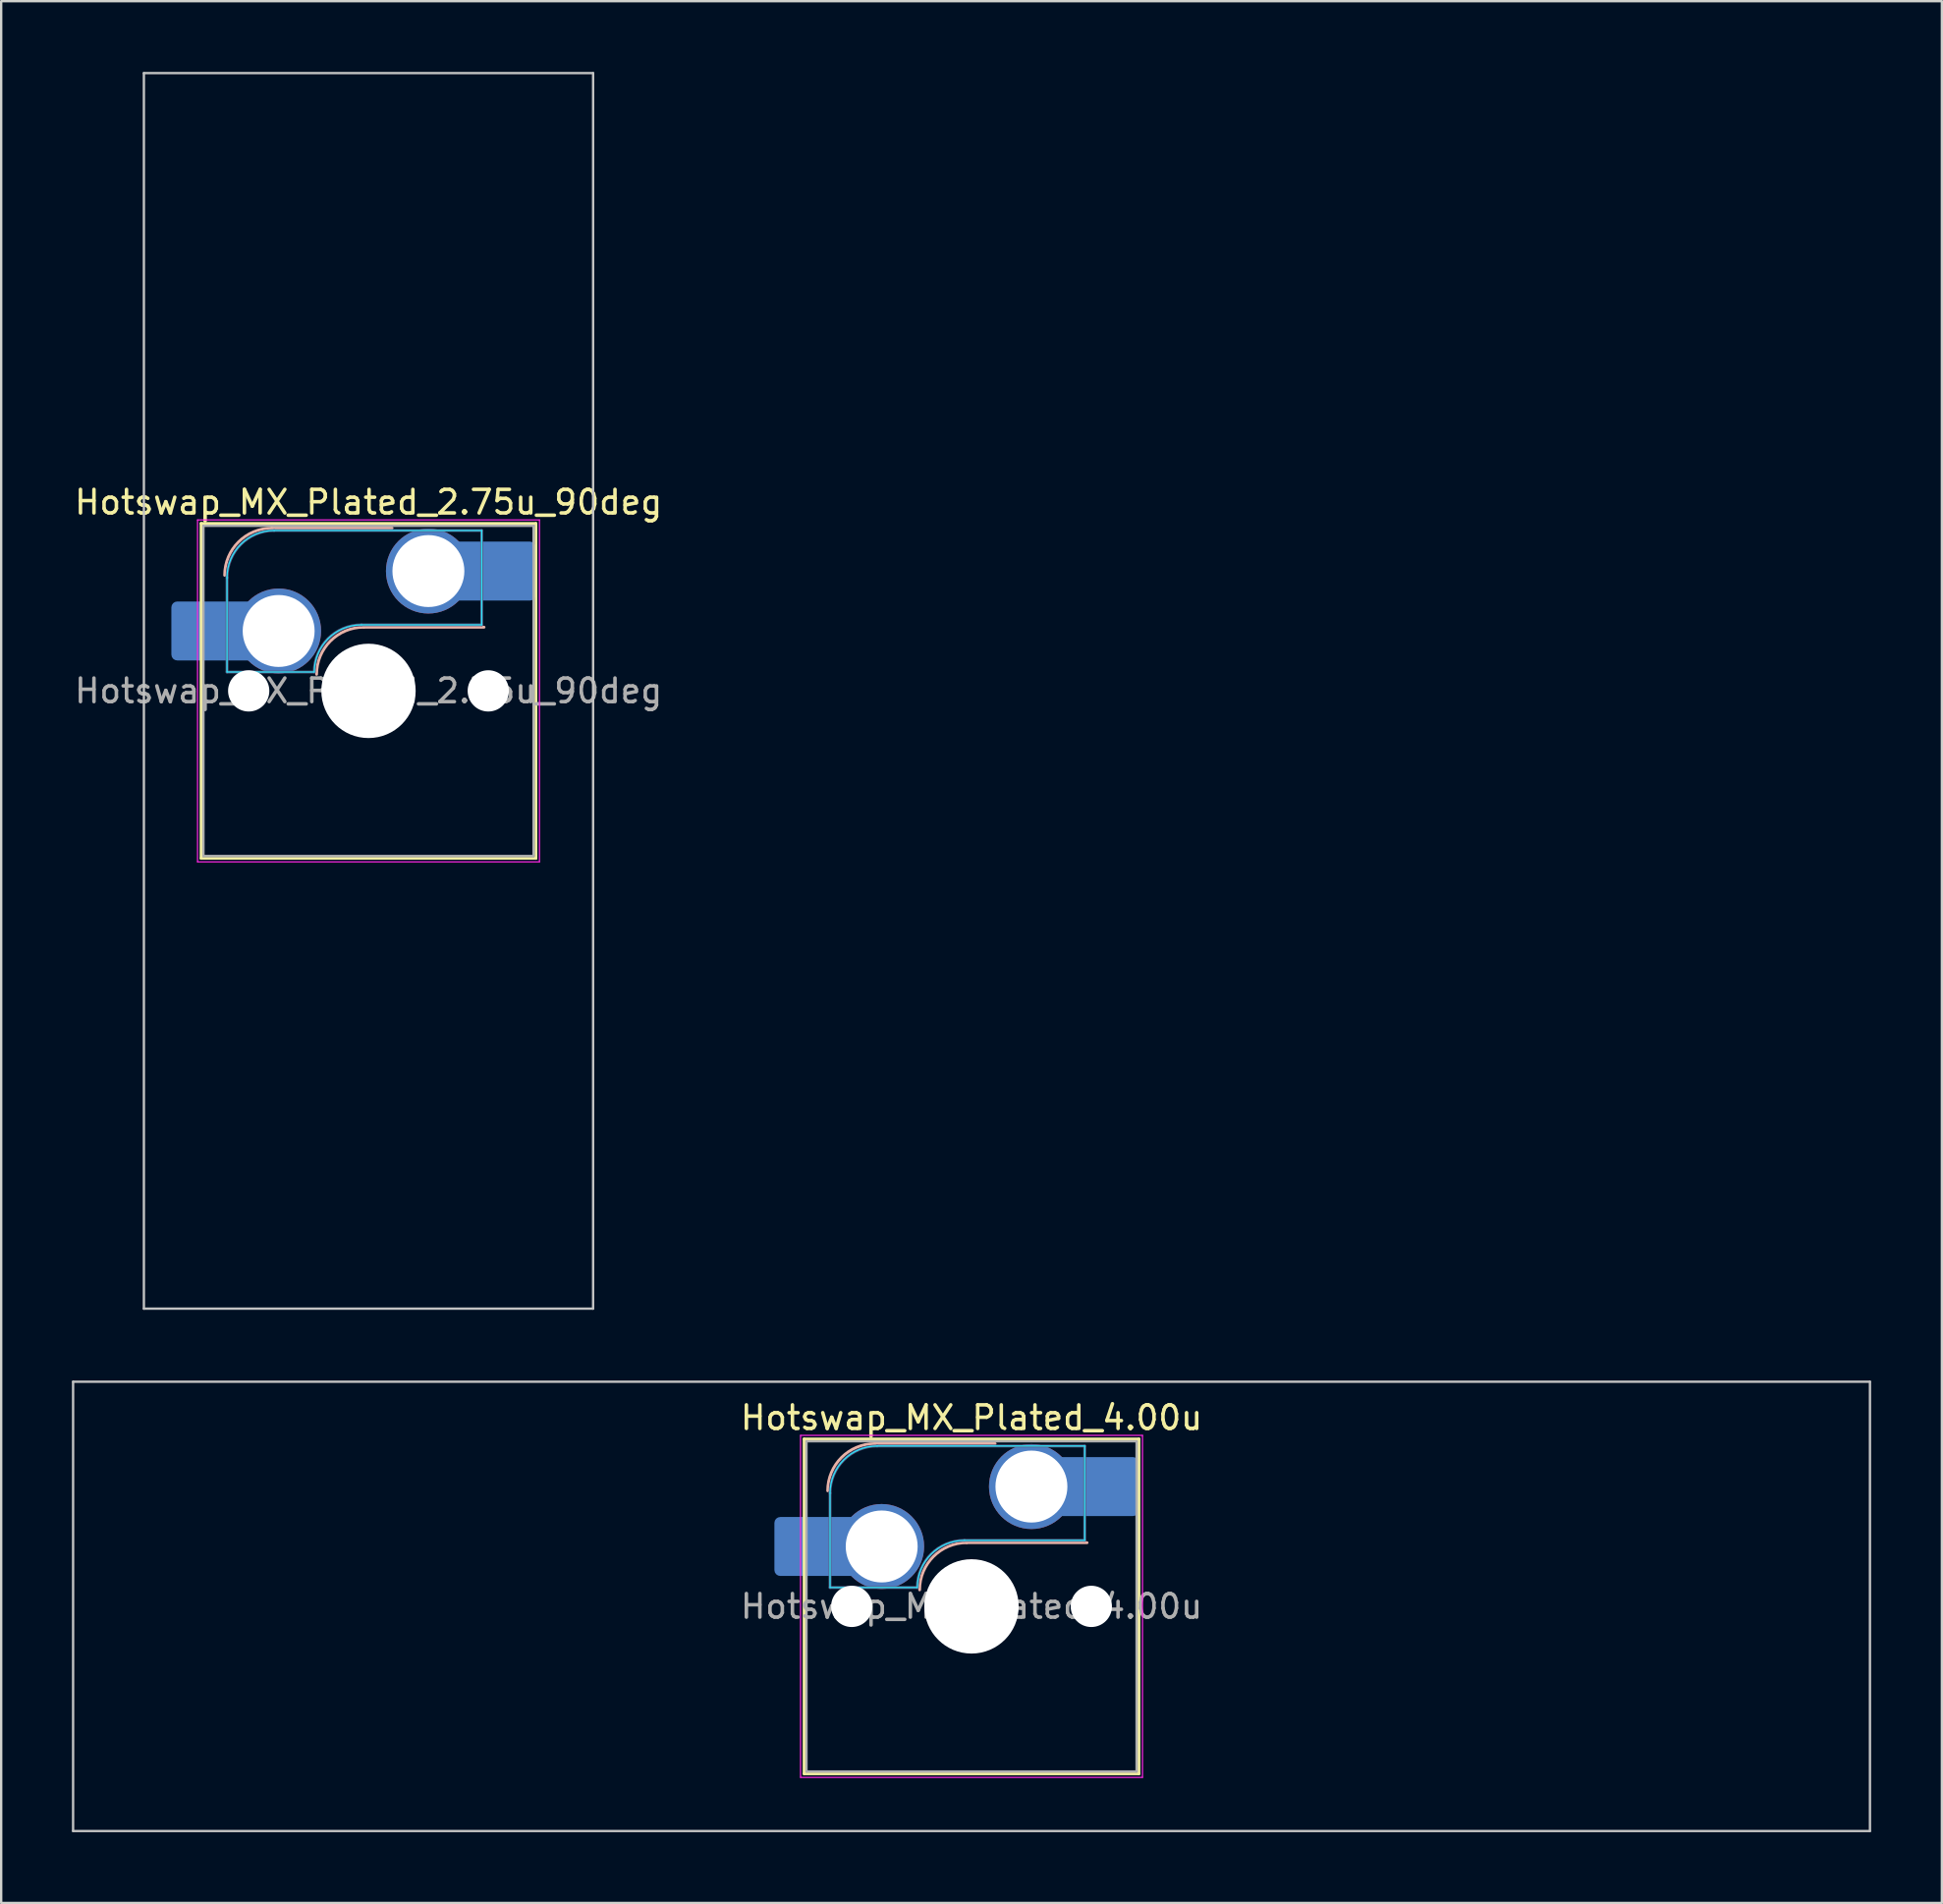
<source format=kicad_pcb>
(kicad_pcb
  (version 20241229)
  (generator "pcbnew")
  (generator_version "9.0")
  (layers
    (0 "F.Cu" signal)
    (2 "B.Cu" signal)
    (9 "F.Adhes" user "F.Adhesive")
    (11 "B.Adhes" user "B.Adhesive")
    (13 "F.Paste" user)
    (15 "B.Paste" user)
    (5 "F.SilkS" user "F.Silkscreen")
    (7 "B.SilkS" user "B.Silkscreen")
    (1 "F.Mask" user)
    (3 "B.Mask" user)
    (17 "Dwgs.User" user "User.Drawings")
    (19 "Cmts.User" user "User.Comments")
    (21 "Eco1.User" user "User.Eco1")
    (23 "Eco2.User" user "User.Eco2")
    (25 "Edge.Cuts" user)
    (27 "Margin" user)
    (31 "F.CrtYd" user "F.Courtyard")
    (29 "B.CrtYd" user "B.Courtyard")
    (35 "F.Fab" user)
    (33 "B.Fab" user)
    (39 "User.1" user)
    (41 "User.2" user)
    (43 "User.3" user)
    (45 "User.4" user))
  (footprint "Hotswap_MX_Plated_2.75u_90deg"
    (layer "F.Cu")
    (at 12.577 26.244)
    (property "Reference" "Hotswap_MX_Plated_2.75u_90deg" (at 0 -8 0) (layer "F.SilkS") (effects (font (size 1 1) (thickness 0.15))))
    (attr smd allow_soldermask_bridges)
    (fp_line (start -7.1 -7.1) (end -7.1 7.1) (stroke (width 0.12) (type solid)) (layer "F.SilkS"))
    (fp_line (start -7.1 7.1) (end 7.1 7.1) (stroke (width 0.12) (type solid)) (layer "F.SilkS"))
    (fp_line (start 7.1 -7.1) (end -7.1 -7.1) (stroke (width 0.12) (type solid)) (layer "F.SilkS"))
    (fp_line (start 7.1 7.1) (end 7.1 -7.1) (stroke (width 0.12) (type solid)) (layer "F.SilkS"))
    (fp_line (start -4.1 -6.9) (end 1 -6.9) (stroke (width 0.12) (type solid)) (layer "B.SilkS"))
    (fp_line (start -0.2 -2.7) (end 4.9 -2.7) (stroke (width 0.12) (type solid)) (layer "B.SilkS"))
    (fp_arc (start -6.1 -4.9) (mid -5.514214 -6.314214) (end -4.1 -6.9) (stroke (width 0.12) (type solid)) (layer "B.SilkS"))
    (fp_arc (start -2.2 -0.7) (mid -1.614214 -2.114214) (end -0.2 -2.7) (stroke (width 0.12) (type solid)) (layer "B.SilkS"))
    (fp_line (start -9.525 -26.194) (end 9.525 -26.194) (stroke (width 0.1) (type solid)) (layer "Dwgs.User"))
    (fp_line (start -9.525 26.194) (end -9.525 -26.194) (stroke (width 0.1) (type solid)) (layer "Dwgs.User"))
    (fp_line (start 9.525 -26.194) (end 9.525 26.194) (stroke (width 0.1) (type solid)) (layer "Dwgs.User"))
    (fp_line (start 9.525 26.194) (end -9.525 26.194) (stroke (width 0.1) (type solid)) (layer "Dwgs.User"))
    (fp_line (start -7.8 -6) (end -7 -6) (stroke (width 0.1) (type solid)) (layer "Eco1.User"))
    (fp_line (start -7.8 -2.9) (end -7.8 -6) (stroke (width 0.1) (type solid)) (layer "Eco1.User"))
    (fp_line (start -7.8 2.9) (end -7 2.9) (stroke (width 0.1) (type solid)) (layer "Eco1.User"))
    (fp_line (start -7.8 6) (end -7.8 2.9) (stroke (width 0.1) (type solid)) (layer "Eco1.User"))
    (fp_line (start -7 -7) (end 7 -7) (stroke (width 0.1) (type solid)) (layer "Eco1.User"))
    (fp_line (start -7 -6) (end -7 -7) (stroke (width 0.1) (type solid)) (layer "Eco1.User"))
    (fp_line (start -7 -2.9) (end -7.8 -2.9) (stroke (width 0.1) (type solid)) (layer "Eco1.User"))
    (fp_line (start -7 2.9) (end -7 -2.9) (stroke (width 0.1) (type solid)) (layer "Eco1.User"))
    (fp_line (start -7 6) (end -7.8 6) (stroke (width 0.1) (type solid)) (layer "Eco1.User"))
    (fp_line (start -7 7) (end -7 6) (stroke (width 0.1) (type solid)) (layer "Eco1.User"))
    (fp_line (start 7 -7) (end 7 -6) (stroke (width 0.1) (type solid)) (layer "Eco1.User"))
    (fp_line (start 7 -6) (end 7.8 -6) (stroke (width 0.1) (type solid)) (layer "Eco1.User"))
    (fp_line (start 7 -2.9) (end 7 2.9) (stroke (width 0.1) (type solid)) (layer "Eco1.User"))
    (fp_line (start 7 2.9) (end 7.8 2.9) (stroke (width 0.1) (type solid)) (layer "Eco1.User"))
    (fp_line (start 7 6) (end 7 7) (stroke (width 0.1) (type solid)) (layer "Eco1.User"))
    (fp_line (start 7 7) (end -7 7) (stroke (width 0.1) (type solid)) (layer "Eco1.User"))
    (fp_line (start 7.8 -6) (end 7.8 -2.9) (stroke (width 0.1) (type solid)) (layer "Eco1.User"))
    (fp_line (start 7.8 -2.9) (end 7 -2.9) (stroke (width 0.1) (type solid)) (layer "Eco1.User"))
    (fp_line (start 7.8 2.9) (end 7.8 6) (stroke (width 0.1) (type solid)) (layer "Eco1.User"))
    (fp_line (start 7.8 6) (end 7 6) (stroke (width 0.1) (type solid)) (layer "Eco1.User"))
    (fp_line (start -6 -0.8) (end -6 -4.8) (stroke (width 0.05) (type solid)) (layer "B.CrtYd"))
    (fp_line (start -6 -0.8) (end -2.3 -0.8) (stroke (width 0.05) (type solid)) (layer "B.CrtYd"))
    (fp_line (start -4 -6.8) (end 4.8 -6.8) (stroke (width 0.05) (type solid)) (layer "B.CrtYd"))
    (fp_line (start -0.3 -2.8) (end 4.8 -2.8) (stroke (width 0.05) (type solid)) (layer "B.CrtYd"))
    (fp_line (start 4.8 -6.8) (end 4.8 -2.8) (stroke (width 0.05) (type solid)) (layer "B.CrtYd"))
    (fp_arc (start -6 -4.8) (mid -5.414214 -6.214214) (end -4 -6.8) (stroke (width 0.05) (type solid)) (layer "B.CrtYd"))
    (fp_arc (start -2.3 -0.8) (mid -1.714214 -2.214214) (end -0.3 -2.8) (stroke (width 0.05) (type solid)) (layer "B.CrtYd"))
    (fp_line (start -7.25 -7.25) (end -7.25 7.25) (stroke (width 0.05) (type solid)) (layer "F.CrtYd"))
    (fp_line (start -7.25 7.25) (end 7.25 7.25) (stroke (width 0.05) (type solid)) (layer "F.CrtYd"))
    (fp_line (start 7.25 -7.25) (end -7.25 -7.25) (stroke (width 0.05) (type solid)) (layer "F.CrtYd"))
    (fp_line (start 7.25 7.25) (end 7.25 -7.25) (stroke (width 0.05) (type solid)) (layer "F.CrtYd"))
    (fp_line (start -6 -0.8) (end -6 -4.8) (stroke (width 0.12) (type solid)) (layer "B.Fab"))
    (fp_line (start -6 -0.8) (end -2.3 -0.8) (stroke (width 0.12) (type solid)) (layer "B.Fab"))
    (fp_line (start -4 -6.8) (end 4.8 -6.8) (stroke (width 0.12) (type solid)) (layer "B.Fab"))
    (fp_line (start -0.3 -2.8) (end 4.8 -2.8) (stroke (width 0.12) (type solid)) (layer "B.Fab"))
    (fp_line (start 4.8 -6.8) (end 4.8 -2.8) (stroke (width 0.12) (type solid)) (layer "B.Fab"))
    (fp_arc (start -6 -4.8) (mid -5.414214 -6.214214) (end -4 -6.8) (stroke (width 0.12) (type solid)) (layer "B.Fab"))
    (fp_arc (start -2.3 -0.8) (mid -1.714214 -2.214214) (end -0.3 -2.8) (stroke (width 0.12) (type solid)) (layer "B.Fab"))
    (fp_line (start -7 -7) (end -7 7) (stroke (width 0.1) (type solid)) (layer "F.Fab"))
    (fp_line (start -7 7) (end 7 7) (stroke (width 0.1) (type solid)) (layer "F.Fab"))
    (fp_line (start 7 -7) (end -7 -7) (stroke (width 0.1) (type solid)) (layer "F.Fab"))
    (fp_line (start 7 7) (end 7 -7) (stroke (width 0.1) (type solid)) (layer "F.Fab"))
    (fp_text user "${REFERENCE}" (at 0 0 0) (layer "F.Fab") (effects (font (size 1 1) (thickness 0.15))))
    (pad "" smd roundrect (at -7.085 -2.54) (size 2.55 2.5) (layers "B.Mask" "B.Paste") (roundrect_rratio 0.1))
    (pad "" np_thru_hole circle (at -5.08 0) (size 1.75 1.75) (drill 1.75) (layers "*.Cu" "*.Mask"))
    (pad "" np_thru_hole circle (at 0 0) (size 4 4) (drill 4) (layers "*.Cu" "*.Mask"))
    (pad "" np_thru_hole circle (at 5.08 0) (size 1.75 1.75) (drill 1.75) (layers "*.Cu" "*.Mask"))
    (pad "" smd roundrect (at 5.842 -5.08) (size 2.55 2.5) (layers "B.Mask" "B.Paste") (roundrect_rratio 0.1))
    (pad "1" smd roundrect (at -6.585 -2.54) (size 3.55 2.5) (layers "B.Cu") (roundrect_rratio 0.1))
    (pad "1" thru_hole circle (at -3.81 -2.54) (size 3.6 3.6) (drill 3.05) (layers "*.Cu" "*.Mask"))
    (pad "2" thru_hole circle (at 2.54 -5.08) (size 3.6 3.6) (drill 3.05) (layers "*.Cu" "*.Mask"))
    (pad "2" smd roundrect (at 5.32 -5.08) (size 3.55 2.5) (layers "B.Cu") (roundrect_rratio 0.1)))
  (footprint "Hotswap_MX_Plated_4.00u"
    (layer "F.Cu")
    (at 38.15 65.062)
    (property "Reference" "Hotswap_MX_Plated_4.00u" (at 0 -8 0) (layer "F.SilkS") (effects (font (size 1 1) (thickness 0.15))))
    (attr smd allow_soldermask_bridges)
    (fp_line (start -7.1 -7.1) (end -7.1 7.1) (stroke (width 0.12) (type solid)) (layer "F.SilkS"))
    (fp_line (start -7.1 7.1) (end 7.1 7.1) (stroke (width 0.12) (type solid)) (layer "F.SilkS"))
    (fp_line (start 7.1 -7.1) (end -7.1 -7.1) (stroke (width 0.12) (type solid)) (layer "F.SilkS"))
    (fp_line (start 7.1 7.1) (end 7.1 -7.1) (stroke (width 0.12) (type solid)) (layer "F.SilkS"))
    (fp_line (start -4.1 -6.9) (end 1 -6.9) (stroke (width 0.12) (type solid)) (layer "B.SilkS"))
    (fp_line (start -0.2 -2.7) (end 4.9 -2.7) (stroke (width 0.12) (type solid)) (layer "B.SilkS"))
    (fp_arc (start -6.1 -4.9) (mid -5.514214 -6.314214) (end -4.1 -6.9) (stroke (width 0.12) (type solid)) (layer "B.SilkS"))
    (fp_arc (start -2.2 -0.7) (mid -1.614214 -2.114214) (end -0.2 -2.7) (stroke (width 0.12) (type solid)) (layer "B.SilkS"))
    (fp_line (start -38.1 -9.525) (end -38.1 9.525) (stroke (width 0.1) (type solid)) (layer "Dwgs.User"))
    (fp_line (start -38.1 9.525) (end 38.1 9.525) (stroke (width 0.1) (type solid)) (layer "Dwgs.User"))
    (fp_line (start 38.1 -9.525) (end -38.1 -9.525) (stroke (width 0.1) (type solid)) (layer "Dwgs.User"))
    (fp_line (start 38.1 9.525) (end 38.1 -9.525) (stroke (width 0.1) (type solid)) (layer "Dwgs.User"))
    (fp_line (start -7.8 -6) (end -7 -6) (stroke (width 0.1) (type solid)) (layer "Eco1.User"))
    (fp_line (start -7.8 -2.9) (end -7.8 -6) (stroke (width 0.1) (type solid)) (layer "Eco1.User"))
    (fp_line (start -7.8 2.9) (end -7 2.9) (stroke (width 0.1) (type solid)) (layer "Eco1.User"))
    (fp_line (start -7.8 6) (end -7.8 2.9) (stroke (width 0.1) (type solid)) (layer "Eco1.User"))
    (fp_line (start -7 -7) (end 7 -7) (stroke (width 0.1) (type solid)) (layer "Eco1.User"))
    (fp_line (start -7 -6) (end -7 -7) (stroke (width 0.1) (type solid)) (layer "Eco1.User"))
    (fp_line (start -7 -2.9) (end -7.8 -2.9) (stroke (width 0.1) (type solid)) (layer "Eco1.User"))
    (fp_line (start -7 2.9) (end -7 -2.9) (stroke (width 0.1) (type solid)) (layer "Eco1.User"))
    (fp_line (start -7 6) (end -7.8 6) (stroke (width 0.1) (type solid)) (layer "Eco1.User"))
    (fp_line (start -7 7) (end -7 6) (stroke (width 0.1) (type solid)) (layer "Eco1.User"))
    (fp_line (start 7 -7) (end 7 -6) (stroke (width 0.1) (type solid)) (layer "Eco1.User"))
    (fp_line (start 7 -6) (end 7.8 -6) (stroke (width 0.1) (type solid)) (layer "Eco1.User"))
    (fp_line (start 7 -2.9) (end 7 2.9) (stroke (width 0.1) (type solid)) (layer "Eco1.User"))
    (fp_line (start 7 2.9) (end 7.8 2.9) (stroke (width 0.1) (type solid)) (layer "Eco1.User"))
    (fp_line (start 7 6) (end 7 7) (stroke (width 0.1) (type solid)) (layer "Eco1.User"))
    (fp_line (start 7 7) (end -7 7) (stroke (width 0.1) (type solid)) (layer "Eco1.User"))
    (fp_line (start 7.8 -6) (end 7.8 -2.9) (stroke (width 0.1) (type solid)) (layer "Eco1.User"))
    (fp_line (start 7.8 -2.9) (end 7 -2.9) (stroke (width 0.1) (type solid)) (layer "Eco1.User"))
    (fp_line (start 7.8 2.9) (end 7.8 6) (stroke (width 0.1) (type solid)) (layer "Eco1.User"))
    (fp_line (start 7.8 6) (end 7 6) (stroke (width 0.1) (type solid)) (layer "Eco1.User"))
    (fp_line (start -6 -0.8) (end -6 -4.8) (stroke (width 0.05) (type solid)) (layer "B.CrtYd"))
    (fp_line (start -6 -0.8) (end -2.3 -0.8) (stroke (width 0.05) (type solid)) (layer "B.CrtYd"))
    (fp_line (start -4 -6.8) (end 4.8 -6.8) (stroke (width 0.05) (type solid)) (layer "B.CrtYd"))
    (fp_line (start -0.3 -2.8) (end 4.8 -2.8) (stroke (width 0.05) (type solid)) (layer "B.CrtYd"))
    (fp_line (start 4.8 -6.8) (end 4.8 -2.8) (stroke (width 0.05) (type solid)) (layer "B.CrtYd"))
    (fp_arc (start -6 -4.8) (mid -5.414214 -6.214214) (end -4 -6.8) (stroke (width 0.05) (type solid)) (layer "B.CrtYd"))
    (fp_arc (start -2.3 -0.8) (mid -1.714214 -2.214214) (end -0.3 -2.8) (stroke (width 0.05) (type solid)) (layer "B.CrtYd"))
    (fp_line (start -7.25 -7.25) (end -7.25 7.25) (stroke (width 0.05) (type solid)) (layer "F.CrtYd"))
    (fp_line (start -7.25 7.25) (end 7.25 7.25) (stroke (width 0.05) (type solid)) (layer "F.CrtYd"))
    (fp_line (start 7.25 -7.25) (end -7.25 -7.25) (stroke (width 0.05) (type solid)) (layer "F.CrtYd"))
    (fp_line (start 7.25 7.25) (end 7.25 -7.25) (stroke (width 0.05) (type solid)) (layer "F.CrtYd"))
    (fp_line (start -6 -0.8) (end -6 -4.8) (stroke (width 0.12) (type solid)) (layer "B.Fab"))
    (fp_line (start -6 -0.8) (end -2.3 -0.8) (stroke (width 0.12) (type solid)) (layer "B.Fab"))
    (fp_line (start -4 -6.8) (end 4.8 -6.8) (stroke (width 0.12) (type solid)) (layer "B.Fab"))
    (fp_line (start -0.3 -2.8) (end 4.8 -2.8) (stroke (width 0.12) (type solid)) (layer "B.Fab"))
    (fp_line (start 4.8 -6.8) (end 4.8 -2.8) (stroke (width 0.12) (type solid)) (layer "B.Fab"))
    (fp_arc (start -6 -4.8) (mid -5.414214 -6.214214) (end -4 -6.8) (stroke (width 0.12) (type solid)) (layer "B.Fab"))
    (fp_arc (start -2.3 -0.8) (mid -1.714214 -2.214214) (end -0.3 -2.8) (stroke (width 0.12) (type solid)) (layer "B.Fab"))
    (fp_line (start -7 -7) (end -7 7) (stroke (width 0.1) (type solid)) (layer "F.Fab"))
    (fp_line (start -7 7) (end 7 7) (stroke (width 0.1) (type solid)) (layer "F.Fab"))
    (fp_line (start 7 -7) (end -7 -7) (stroke (width 0.1) (type solid)) (layer "F.Fab"))
    (fp_line (start 7 7) (end 7 -7) (stroke (width 0.1) (type solid)) (layer "F.Fab"))
    (fp_text user "${REFERENCE}" (at 0 0 0) (layer "F.Fab") (effects (font (size 1 1) (thickness 0.15))))
    (pad "" smd roundrect (at -7.085 -2.54) (size 2.55 2.5) (layers "B.Mask" "B.Paste") (roundrect_rratio 0.1))
    (pad "" np_thru_hole circle (at -5.08 0) (size 1.75 1.75) (drill 1.75) (layers "*.Cu" "*.Mask"))
    (pad "" np_thru_hole circle (at 0 0) (size 4 4) (drill 4) (layers "*.Cu" "*.Mask"))
    (pad "" np_thru_hole circle (at 5.08 0) (size 1.75 1.75) (drill 1.75) (layers "*.Cu" "*.Mask"))
    (pad "" smd roundrect (at 5.842 -5.08) (size 2.55 2.5) (layers "B.Mask" "B.Paste") (roundrect_rratio 0.1))
    (pad "1" smd roundrect (at -6.585 -2.54) (size 3.55 2.5) (layers "B.Cu") (roundrect_rratio 0.1))
    (pad "1" thru_hole circle (at -3.81 -2.54) (size 3.6 3.6) (drill 3.05) (layers "*.Cu" "*.Mask"))
    (pad "2" thru_hole circle (at 2.54 -5.08) (size 3.6 3.6) (drill 3.05) (layers "*.Cu" "*.Mask"))
    (pad "2" smd roundrect (at 5.32 -5.08) (size 3.55 2.5) (layers "B.Cu") (roundrect_rratio 0.1)))
  (gr_rect
    (start -3 -3)
    (end 79.3 77.638)
    (stroke (width 0.1) (type default))
    (fill no)
    (layer "Edge.Cuts")))
</source>
